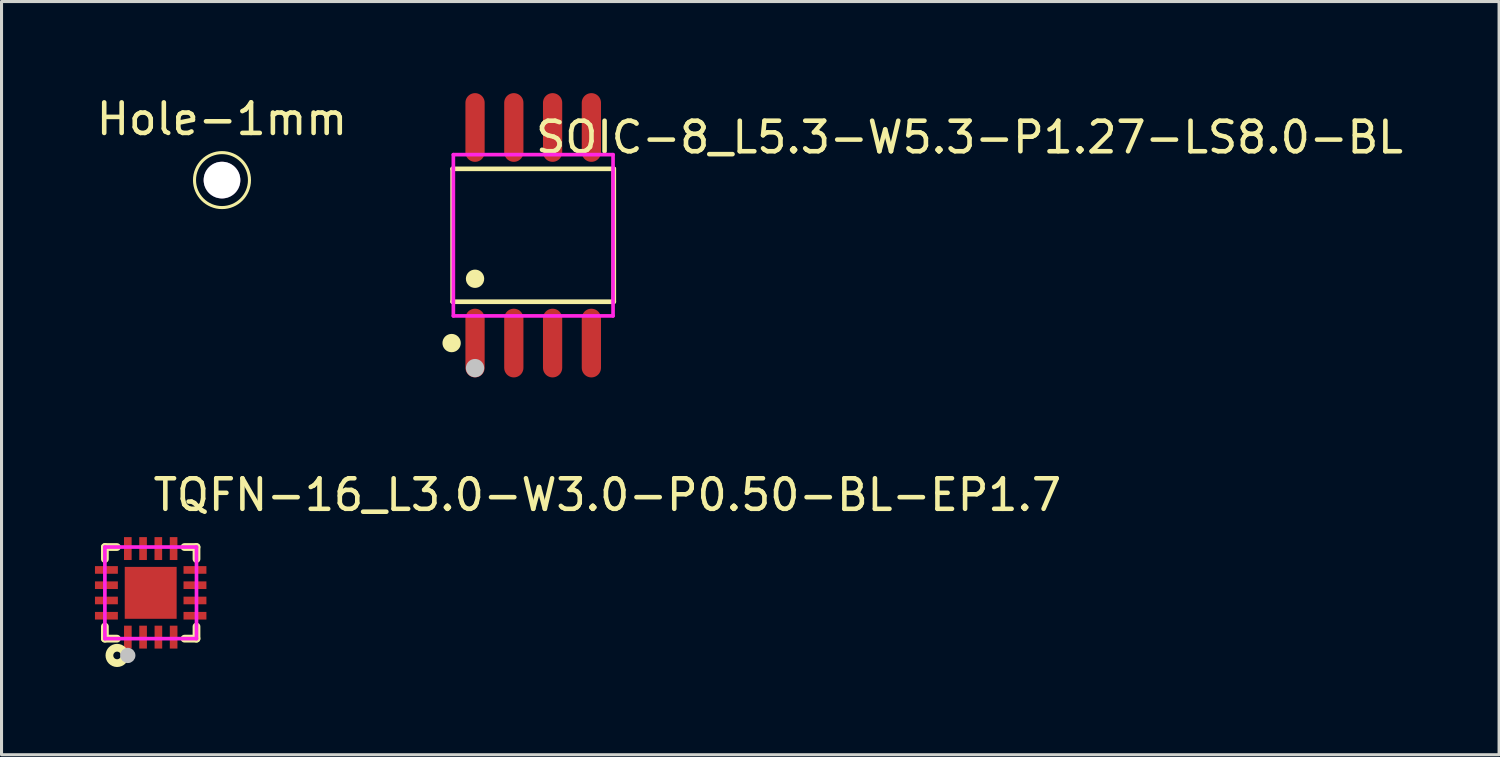
<source format=kicad_pcb>
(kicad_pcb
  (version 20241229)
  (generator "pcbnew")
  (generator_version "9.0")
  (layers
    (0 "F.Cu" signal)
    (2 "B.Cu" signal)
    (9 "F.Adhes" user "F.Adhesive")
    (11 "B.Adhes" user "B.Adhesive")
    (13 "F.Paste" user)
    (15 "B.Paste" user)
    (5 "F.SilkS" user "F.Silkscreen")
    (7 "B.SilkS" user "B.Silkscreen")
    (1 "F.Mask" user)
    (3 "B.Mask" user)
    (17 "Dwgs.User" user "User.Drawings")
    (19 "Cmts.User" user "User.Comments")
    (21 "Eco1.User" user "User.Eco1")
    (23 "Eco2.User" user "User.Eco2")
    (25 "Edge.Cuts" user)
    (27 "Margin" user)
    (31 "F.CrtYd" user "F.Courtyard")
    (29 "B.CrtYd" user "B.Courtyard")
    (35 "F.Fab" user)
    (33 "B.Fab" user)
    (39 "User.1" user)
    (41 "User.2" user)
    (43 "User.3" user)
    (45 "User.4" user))
  (footprint "SOIC-8_L5.3-W5.3-P1.27-LS8.0-BL"
    (layer "F.Cu")
    (at 14.412 4.655)
    (property "Reference" "SOIC-8_L5.3-W5.3-P1.27-LS8.0-BL" (at 0 -3.207 0) (layer "F.SilkS") (effects (font (size 1 1) (thickness 0.15)) (justify left)))
    (attr through_hole)
    (fp_line (start -2.639 -2.176) (end 2.639 -2.176) (stroke (width 0.152) (type solid)) (layer "F.SilkS"))
    (fp_line (start -2.639 2.176) (end -2.639 -2.176) (stroke (width 0.152) (type solid)) (layer "F.SilkS"))
    (fp_line (start 2.639 -2.176) (end 2.639 2.176) (stroke (width 0.152) (type solid)) (layer "F.SilkS"))
    (fp_line (start 2.639 2.176) (end -2.639 2.176) (stroke (width 0.152) (type solid)) (layer "F.SilkS"))
    (fp_circle (center -2.672 3.53) (end -2.522 3.53) (stroke (width 0.3) (type solid)) (fill no) (layer "F.SilkS"))
    (fp_circle (center -1.905 1.424) (end -1.755 1.424) (stroke (width 0.3) (type solid)) (fill no) (layer "F.SilkS"))
    (fp_circle (center -1.905 4.35) (end -1.755 4.35) (stroke (width 0.3) (type solid)) (fill no) (layer "Dwgs.User"))
    (fp_line (start -2.13 -3.31) (end -2.13 -2.595) (stroke (width 0.12) (type solid)) (layer "Eco2.User"))
    (fp_line (start -2.13 -2.595) (end -1.68 -2.595) (stroke (width 0.12) (type solid)) (layer "Eco2.User"))
    (fp_line (start -2.13 2.595) (end -1.68 2.595) (stroke (width 0.12) (type solid)) (layer "Eco2.User"))
    (fp_line (start -2.13 3.31) (end -2.13 2.595) (stroke (width 0.12) (type solid)) (layer "Eco2.User"))
    (fp_line (start -1.68 -3.31) (end -2.13 -3.31) (stroke (width 0.12) (type solid)) (layer "Eco2.User"))
    (fp_line (start -1.68 -2.595) (end -1.68 -3.31) (stroke (width 0.12) (type solid)) (layer "Eco2.User"))
    (fp_line (start -1.68 2.595) (end -1.68 3.31) (stroke (width 0.12) (type solid)) (layer "Eco2.User"))
    (fp_line (start -1.68 3.31) (end -2.13 3.31) (stroke (width 0.12) (type solid)) (layer "Eco2.User"))
    (fp_line (start -0.86 -3.31) (end -0.86 -2.595) (stroke (width 0.12) (type solid)) (layer "Eco2.User"))
    (fp_line (start -0.86 -2.595) (end -0.41 -2.595) (stroke (width 0.12) (type solid)) (layer "Eco2.User"))
    (fp_line (start -0.86 2.595) (end -0.41 2.595) (stroke (width 0.12) (type solid)) (layer "Eco2.User"))
    (fp_line (start -0.86 3.31) (end -0.86 2.595) (stroke (width 0.12) (type solid)) (layer "Eco2.User"))
    (fp_line (start -0.41 -3.31) (end -0.86 -3.31) (stroke (width 0.12) (type solid)) (layer "Eco2.User"))
    (fp_line (start -0.41 -2.595) (end -0.41 -3.31) (stroke (width 0.12) (type solid)) (layer "Eco2.User"))
    (fp_line (start -0.41 2.595) (end -0.41 3.31) (stroke (width 0.12) (type solid)) (layer "Eco2.User"))
    (fp_line (start -0.41 3.31) (end -0.86 3.31) (stroke (width 0.12) (type solid)) (layer "Eco2.User"))
    (fp_line (start 0.41 -3.31) (end 0.41 -2.595) (stroke (width 0.12) (type solid)) (layer "Eco2.User"))
    (fp_line (start 0.41 -2.595) (end 0.86 -2.595) (stroke (width 0.12) (type solid)) (layer "Eco2.User"))
    (fp_line (start 0.41 2.595) (end 0.86 2.595) (stroke (width 0.12) (type solid)) (layer "Eco2.User"))
    (fp_line (start 0.41 3.31) (end 0.41 2.595) (stroke (width 0.12) (type solid)) (layer "Eco2.User"))
    (fp_line (start 0.86 -3.31) (end 0.41 -3.31) (stroke (width 0.12) (type solid)) (layer "Eco2.User"))
    (fp_line (start 0.86 -2.595) (end 0.86 -3.31) (stroke (width 0.12) (type solid)) (layer "Eco2.User"))
    (fp_line (start 0.86 2.595) (end 0.86 3.31) (stroke (width 0.12) (type solid)) (layer "Eco2.User"))
    (fp_line (start 0.86 3.31) (end 0.41 3.31) (stroke (width 0.12) (type solid)) (layer "Eco2.User"))
    (fp_line (start 1.68 -3.31) (end 1.68 -2.595) (stroke (width 0.12) (type solid)) (layer "Eco2.User"))
    (fp_line (start 1.68 -2.595) (end 2.13 -2.595) (stroke (width 0.12) (type solid)) (layer "Eco2.User"))
    (fp_line (start 1.68 2.595) (end 2.13 2.595) (stroke (width 0.12) (type solid)) (layer "Eco2.User"))
    (fp_line (start 1.68 3.31) (end 1.68 2.595) (stroke (width 0.12) (type solid)) (layer "Eco2.User"))
    (fp_line (start 2.13 -3.31) (end 1.68 -3.31) (stroke (width 0.12) (type solid)) (layer "Eco2.User"))
    (fp_line (start 2.13 -2.595) (end 2.13 -3.31) (stroke (width 0.12) (type solid)) (layer "Eco2.User"))
    (fp_line (start 2.13 2.595) (end 2.13 3.31) (stroke (width 0.12) (type solid)) (layer "Eco2.User"))
    (fp_line (start 2.13 3.31) (end 1.68 3.31) (stroke (width 0.12) (type solid)) (layer "Eco2.User"))
    (fp_circle (center -2.585 3.92) (end -2.555 3.92) (stroke (width 0.06) (type solid)) (fill no) (layer "Eco2.User"))
    (fp_poly (pts (xy -2.13 -3.95) (xy -2.13 -3.3) (xy -1.68 -3.3) (xy -1.68 -3.95)) (stroke (width 0.12) (type solid)) (fill no) (layer "Eco2.User"))
    (fp_poly (pts (xy -2.13 3.95) (xy -2.13 3.3) (xy -1.68 3.3) (xy -1.68 3.95)) (stroke (width 0.12) (type solid)) (fill no) (layer "Eco2.User"))
    (fp_poly (pts (xy -0.86 -3.95) (xy -0.86 -3.3) (xy -0.41 -3.3) (xy -0.41 -3.95)) (stroke (width 0.12) (type solid)) (fill no) (layer "Eco2.User"))
    (fp_poly (pts (xy -0.86 3.95) (xy -0.86 3.3) (xy -0.41 3.3) (xy -0.41 3.95)) (stroke (width 0.12) (type solid)) (fill no) (layer "Eco2.User"))
    (fp_poly (pts (xy 0.41 -3.95) (xy 0.41 -3.3) (xy 0.86 -3.3) (xy 0.86 -3.95)) (stroke (width 0.12) (type solid)) (fill no) (layer "Eco2.User"))
    (fp_poly (pts (xy 0.41 3.95) (xy 0.41 3.3) (xy 0.86 3.3) (xy 0.86 3.95)) (stroke (width 0.12) (type solid)) (fill no) (layer "Eco2.User"))
    (fp_poly (pts (xy 1.68 -3.95) (xy 1.68 -3.3) (xy 2.13 -3.3) (xy 2.13 -3.95)) (stroke (width 0.12) (type solid)) (fill no) (layer "Eco2.User"))
    (fp_poly (pts (xy 1.68 3.95) (xy 1.68 3.3) (xy 2.13 3.3) (xy 2.13 3.95)) (stroke (width 0.12) (type solid)) (fill no) (layer "Eco2.User"))
    (fp_line (start -2.615 -2.64) (end 2.615 -2.64) (stroke (width 0.12) (type solid)) (layer "F.CrtYd"))
    (fp_line (start -2.615 2.64) (end -2.615 -2.64) (stroke (width 0.12) (type solid)) (layer "F.CrtYd"))
    (fp_line (start 2.615 -2.64) (end 2.615 2.64) (stroke (width 0.12) (type solid)) (layer "F.CrtYd"))
    (fp_line (start 2.615 2.64) (end -2.615 2.64) (stroke (width 0.12) (type solid)) (layer "F.CrtYd"))
    (pad "1" smd oval (at -1.905 3.53) (size 0.63 2.25) (layers "F.Cu" "F.Mask" "F.Paste"))
    (pad "2" smd oval (at -0.635 3.53) (size 0.63 2.25) (layers "F.Cu" "F.Mask" "F.Paste"))
    (pad "3" smd oval (at 0.635 3.53) (size 0.63 2.25) (layers "F.Cu" "F.Mask" "F.Paste"))
    (pad "4" smd oval (at 1.905 3.53) (size 0.63 2.25) (layers "F.Cu" "F.Mask" "F.Paste"))
    (pad "5" smd oval (at 1.905 -3.53) (size 0.63 2.25) (layers "F.Cu" "F.Mask" "F.Paste"))
    (pad "6" smd oval (at 0.635 -3.53) (size 0.63 2.25) (layers "F.Cu" "F.Mask" "F.Paste"))
    (pad "7" smd oval (at -0.635 -3.53) (size 0.63 2.25) (layers "F.Cu" "F.Mask" "F.Paste"))
    (pad "8" smd oval (at -1.905 -3.53) (size 0.63 2.25) (layers "F.Cu" "F.Mask" "F.Paste")))
  (footprint "TQFN-16_L3.0-W3.0-P0.50-BL-EP1.7"
    (layer "F.Cu")
    (at 1.885 16.365)
    (property "Reference" "TQFN-16_L3.0-W3.0-P0.50-BL-EP1.7" (at 0 -3.207 0) (layer "F.SilkS") (effects (font (size 1 1) (thickness 0.15)) (justify left)))
    (attr through_hole)
    (fp_line (start -1.5 -1.5) (end -1.5 -1.108) (stroke (width 0.254) (type solid)) (layer "F.SilkS"))
    (fp_line (start -1.5 -1.5) (end -1.105 -1.5) (stroke (width 0.254) (type solid)) (layer "F.SilkS"))
    (fp_line (start -1.5 1.104) (end -1.5 1.5) (stroke (width 0.254) (type solid)) (layer "F.SilkS"))
    (fp_line (start -1.5 1.5) (end -1.105 1.5) (stroke (width 0.254) (type solid)) (layer "F.SilkS"))
    (fp_line (start 1.106 -1.5) (end 1.5 -1.5) (stroke (width 0.254) (type solid)) (layer "F.SilkS"))
    (fp_line (start 1.108 1.5) (end 1.5 1.5) (stroke (width 0.254) (type solid)) (layer "F.SilkS"))
    (fp_line (start 1.5 -1.108) (end 1.5 -1.5) (stroke (width 0.254) (type solid)) (layer "F.SilkS"))
    (fp_line (start 1.5 1.5) (end 1.5 1.104) (stroke (width 0.254) (type solid)) (layer "F.SilkS"))
    (fp_circle (center -1.1 2.05) (end -0.975 2.05) (stroke (width 0.254) (type solid)) (fill no) (layer "F.SilkS"))
    (fp_poly (pts (xy -1.075 -0.625) (xy -1.075 -0.875) (xy -1.825 -0.875) (xy -1.825 -0.625)) (stroke (width 0.12) (type solid)) (fill yes) (layer "F.Paste"))
    (fp_poly (pts (xy -1.075 -0.125) (xy -1.075 -0.375) (xy -1.825 -0.375) (xy -1.825 -0.125)) (stroke (width 0.12) (type solid)) (fill yes) (layer "F.Paste"))
    (fp_poly (pts (xy -1.075 0.375) (xy -1.075 0.125) (xy -1.825 0.125) (xy -1.825 0.375)) (stroke (width 0.12) (type solid)) (fill yes) (layer "F.Paste"))
    (fp_poly (pts (xy -1.075 0.875) (xy -1.075 0.625) (xy -1.825 0.625) (xy -1.825 0.875)) (stroke (width 0.12) (type solid)) (fill yes) (layer "F.Paste"))
    (fp_poly (pts (xy -0.68 -0.68) (xy 0.68 -0.68) (xy 0.68 0.68) (xy -0.68 0.68)) (stroke (width 0.12) (type solid)) (fill yes) (layer "F.Paste"))
    (fp_poly (pts (xy -0.624 -1.825) (xy -0.874 -1.825) (xy -0.874 -1.075) (xy -0.624 -1.075)) (stroke (width 0.12) (type solid)) (fill yes) (layer "F.Paste"))
    (fp_poly (pts (xy -0.623 1.075) (xy -0.873 1.075) (xy -0.873 1.825) (xy -0.623 1.825)) (stroke (width 0.12) (type solid)) (fill yes) (layer "F.Paste"))
    (fp_poly (pts (xy -0.124 -1.825) (xy -0.374 -1.825) (xy -0.374 -1.075) (xy -0.124 -1.075)) (stroke (width 0.12) (type solid)) (fill yes) (layer "F.Paste"))
    (fp_poly (pts (xy -0.124 1.075) (xy -0.374 1.075) (xy -0.374 1.825) (xy -0.124 1.825)) (stroke (width 0.12) (type solid)) (fill yes) (layer "F.Paste"))
    (fp_poly (pts (xy 0.376 -1.825) (xy 0.126 -1.825) (xy 0.126 -1.075) (xy 0.376 -1.075)) (stroke (width 0.12) (type solid)) (fill yes) (layer "F.Paste"))
    (fp_poly (pts (xy 0.377 1.075) (xy 0.127 1.075) (xy 0.127 1.825) (xy 0.377 1.825)) (stroke (width 0.12) (type solid)) (fill yes) (layer "F.Paste"))
    (fp_poly (pts (xy 0.876 -1.825) (xy 0.626 -1.825) (xy 0.626 -1.075) (xy 0.876 -1.075)) (stroke (width 0.12) (type solid)) (fill yes) (layer "F.Paste"))
    (fp_poly (pts (xy 0.876 1.075) (xy 0.626 1.075) (xy 0.626 1.825) (xy 0.876 1.825)) (stroke (width 0.12) (type solid)) (fill yes) (layer "F.Paste"))
    (fp_poly (pts (xy 1.825 -0.625) (xy 1.825 -0.875) (xy 1.075 -0.875) (xy 1.075 -0.625)) (stroke (width 0.12) (type solid)) (fill yes) (layer "F.Paste"))
    (fp_poly (pts (xy 1.825 -0.125) (xy 1.825 -0.375) (xy 1.075 -0.375) (xy 1.075 -0.125)) (stroke (width 0.12) (type solid)) (fill yes) (layer "F.Paste"))
    (fp_poly (pts (xy 1.825 0.375) (xy 1.825 0.125) (xy 1.075 0.125) (xy 1.075 0.375)) (stroke (width 0.12) (type solid)) (fill yes) (layer "F.Paste"))
    (fp_poly (pts (xy 1.825 0.875) (xy 1.825 0.625) (xy 1.075 0.625) (xy 1.075 0.875)) (stroke (width 0.12) (type solid)) (fill yes) (layer "F.Paste"))
    (fp_circle (center -0.75 2.05) (end -0.625 2.05) (stroke (width 0.25) (type solid)) (fill no) (layer "Dwgs.User"))
    (fp_circle (center -1.5 1.5) (end -1.47 1.5) (stroke (width 0.06) (type solid)) (fill no) (layer "Eco2.User"))
    (fp_poly (pts (xy -1.1 -0.875) (xy -1.1 -0.625) (xy -1.5 -0.625) (xy -1.5 -0.875)) (stroke (width 0.12) (type solid)) (fill no) (layer "Eco2.User"))
    (fp_poly (pts (xy -1.1 -0.375) (xy -1.1 -0.125) (xy -1.5 -0.125) (xy -1.5 -0.375)) (stroke (width 0.12) (type solid)) (fill no) (layer "Eco2.User"))
    (fp_poly (pts (xy -1.1 0.125) (xy -1.1 0.375) (xy -1.5 0.375) (xy -1.5 0.125)) (stroke (width 0.12) (type solid)) (fill no) (layer "Eco2.User"))
    (fp_poly (pts (xy -1.1 0.625) (xy -1.1 0.875) (xy -1.5 0.875) (xy -1.5 0.625)) (stroke (width 0.12) (type solid)) (fill no) (layer "Eco2.User"))
    (fp_poly (pts (xy -0.874 -1.5) (xy -0.624 -1.5) (xy -0.624 -1.1) (xy -0.874 -1.1)) (stroke (width 0.12) (type solid)) (fill no) (layer "Eco2.User"))
    (fp_poly (pts (xy -0.85 -0.85) (xy 0.85 -0.85) (xy 0.85 0.85) (xy -0.85 0.85)) (stroke (width 0.12) (type solid)) (fill no) (layer "Eco2.User"))
    (fp_poly (pts (xy -0.623 1.5) (xy -0.873 1.5) (xy -0.873 1.1) (xy -0.623 1.1)) (stroke (width 0.12) (type solid)) (fill no) (layer "Eco2.User"))
    (fp_poly (pts (xy -0.374 -1.5) (xy -0.124 -1.5) (xy -0.124 -1.1) (xy -0.374 -1.1)) (stroke (width 0.12) (type solid)) (fill no) (layer "Eco2.User"))
    (fp_poly (pts (xy -0.124 1.5) (xy -0.374 1.5) (xy -0.374 1.1) (xy -0.124 1.1)) (stroke (width 0.12) (type solid)) (fill no) (layer "Eco2.User"))
    (fp_poly (pts (xy 0.125 -1.5) (xy 0.375 -1.5) (xy 0.375 -1.1) (xy 0.125 -1.1)) (stroke (width 0.12) (type solid)) (fill no) (layer "Eco2.User"))
    (fp_poly (pts (xy 0.377 1.5) (xy 0.127 1.5) (xy 0.127 1.1) (xy 0.377 1.1)) (stroke (width 0.12) (type solid)) (fill no) (layer "Eco2.User"))
    (fp_poly (pts (xy 0.625 -1.5) (xy 0.875 -1.5) (xy 0.875 -1.1) (xy 0.625 -1.1)) (stroke (width 0.12) (type solid)) (fill no) (layer "Eco2.User"))
    (fp_poly (pts (xy 0.876 1.5) (xy 0.626 1.5) (xy 0.626 1.1) (xy 0.876 1.1)) (stroke (width 0.12) (type solid)) (fill no) (layer "Eco2.User"))
    (fp_poly (pts (xy 1.1 -0.625) (xy 1.1 -0.875) (xy 1.5 -0.875) (xy 1.5 -0.625)) (stroke (width 0.12) (type solid)) (fill no) (layer "Eco2.User"))
    (fp_poly (pts (xy 1.1 -0.125) (xy 1.1 -0.375) (xy 1.5 -0.375) (xy 1.5 -0.125)) (stroke (width 0.12) (type solid)) (fill no) (layer "Eco2.User"))
    (fp_poly (pts (xy 1.1 0.375) (xy 1.1 0.125) (xy 1.5 0.125) (xy 1.5 0.375)) (stroke (width 0.12) (type solid)) (fill no) (layer "Eco2.User"))
    (fp_poly (pts (xy 1.1 0.875) (xy 1.1 0.625) (xy 1.5 0.625) (xy 1.5 0.875)) (stroke (width 0.12) (type solid)) (fill no) (layer "Eco2.User"))
    (fp_line (start -1.5 -1.5) (end 1.5 -1.5) (stroke (width 0.12) (type solid)) (layer "F.CrtYd"))
    (fp_line (start -1.5 1.5) (end -1.5 -1.5) (stroke (width 0.12) (type solid)) (layer "F.CrtYd"))
    (fp_line (start 1.5 -1.5) (end 1.5 1.5) (stroke (width 0.12) (type solid)) (layer "F.CrtYd"))
    (fp_line (start 1.5 1.5) (end -1.5 1.5) (stroke (width 0.12) (type solid)) (layer "F.CrtYd"))
    (pad "1" smd rect (at -0.748 1.45) (size 0.25 0.75) (layers "F.Cu" "F.Mask" "F.Paste"))
    (pad "2" smd rect (at -0.249 1.45) (size 0.25 0.75) (layers "F.Cu" "F.Mask" "F.Paste"))
    (pad "3" smd rect (at 0.252 1.45) (size 0.25 0.75) (layers "F.Cu" "F.Mask" "F.Paste"))
    (pad "4" smd rect (at 0.751 1.45) (size 0.25 0.75) (layers "F.Cu" "F.Mask" "F.Paste"))
    (pad "5" smd rect (at 1.45 0.75) (size 0.75 0.25) (layers "F.Cu" "F.Mask" "F.Paste"))
    (pad "6" smd rect (at 1.45 0.25) (size 0.75 0.25) (layers "F.Cu" "F.Mask" "F.Paste"))
    (pad "7" smd rect (at 1.45 -0.25) (size 0.75 0.25) (layers "F.Cu" "F.Mask" "F.Paste"))
    (pad "8" smd rect (at 1.45 -0.75) (size 0.75 0.25) (layers "F.Cu" "F.Mask" "F.Paste"))
    (pad "9" smd rect (at 0.75 -1.45) (size 0.25 0.75) (layers "F.Cu" "F.Mask" "F.Paste"))
    (pad "10" smd rect (at 0.25 -1.45) (size 0.25 0.75) (layers "F.Cu" "F.Mask" "F.Paste"))
    (pad "11" smd rect (at -0.25 -1.45) (size 0.25 0.75) (layers "F.Cu" "F.Mask" "F.Paste"))
    (pad "12" smd rect (at -0.749 -1.45) (size 0.25 0.75) (layers "F.Cu" "F.Mask" "F.Paste"))
    (pad "13" smd rect (at -1.45 -0.75) (size 0.75 0.25) (layers "F.Cu" "F.Mask" "F.Paste"))
    (pad "14" smd rect (at -1.45 -0.25) (size 0.75 0.25) (layers "F.Cu" "F.Mask" "F.Paste"))
    (pad "15" smd rect (at -1.45 0.25) (size 0.75 0.25) (layers "F.Cu" "F.Mask" "F.Paste"))
    (pad "16" smd rect (at -1.45 0.75) (size 0.75 0.25) (layers "F.Cu" "F.Mask" "F.Paste"))
    (pad "17" smd rect (at 0 0) (size 1.7 1.7) (layers "F.Cu" "F.Mask" "F.Paste")))
  (footprint "Hole-1mm"
    (layer "F.Cu")
    (at 4.22 2.848)
    (property "Reference" "Hole-1mm" (at 0 -2 0) (unlocked yes) (layer "F.SilkS") (effects (font (size 1 1) (thickness 0.15))))
    (attr through_hole)
    (fp_circle (center 0 0) (end 0.9 0) (stroke (width 0.1) (type solid)) (fill no) (layer "F.SilkS"))
    (pad "1" thru_hole circle (at 0 0) (size 1.2 1.2) (drill 1.2) (layers "*.Cu" "*.Mask")))
  (gr_rect
    (start -3 -3)
    (end 46.043 21.667)
    (stroke (width 0.1) (type default))
    (fill no)
    (layer "Edge.Cuts")))
</source>
